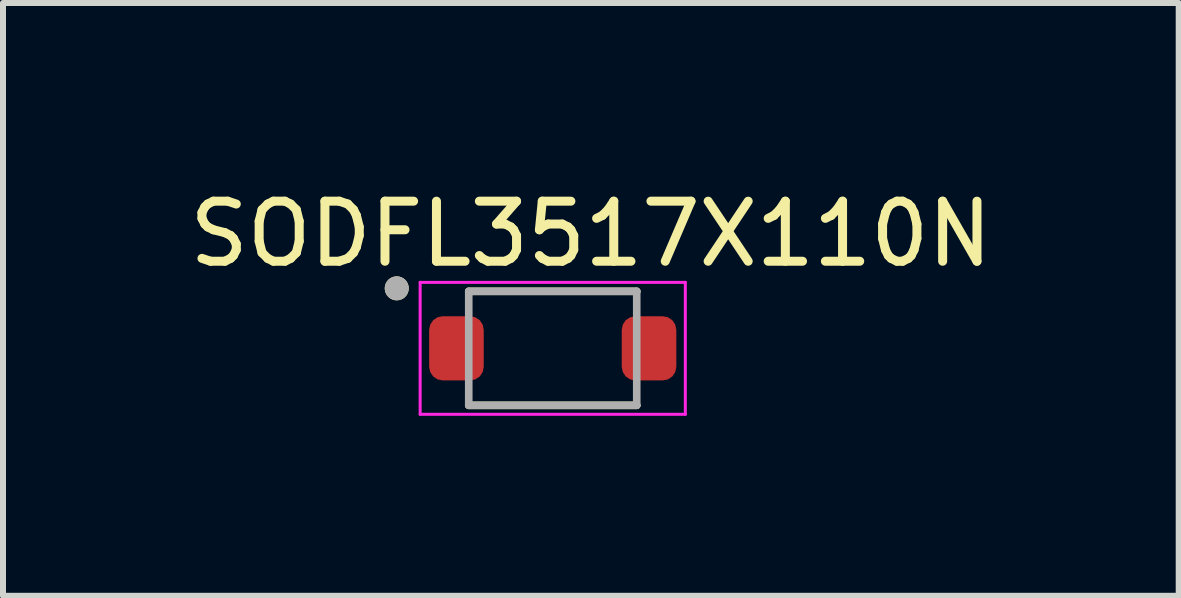
<source format=kicad_pcb>
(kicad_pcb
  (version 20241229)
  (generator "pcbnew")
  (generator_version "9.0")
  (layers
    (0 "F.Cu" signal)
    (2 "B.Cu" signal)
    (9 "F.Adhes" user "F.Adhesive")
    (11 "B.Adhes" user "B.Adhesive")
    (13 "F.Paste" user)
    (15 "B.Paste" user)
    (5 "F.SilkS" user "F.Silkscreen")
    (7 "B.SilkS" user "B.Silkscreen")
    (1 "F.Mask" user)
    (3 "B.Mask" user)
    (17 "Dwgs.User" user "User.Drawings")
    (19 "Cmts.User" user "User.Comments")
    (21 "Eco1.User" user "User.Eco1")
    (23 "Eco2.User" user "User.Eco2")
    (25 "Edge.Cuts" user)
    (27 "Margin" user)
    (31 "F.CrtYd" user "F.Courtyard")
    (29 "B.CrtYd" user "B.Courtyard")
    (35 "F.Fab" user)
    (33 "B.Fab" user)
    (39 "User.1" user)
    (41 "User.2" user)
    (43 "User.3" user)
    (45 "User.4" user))
  (footprint "SODFL3517X110N"
    (layer "F.Cu")
    (at 6.163 2.756)
    (property "Reference" "SODFL3517X110N" (at 0.636 -1.907 0) (layer "F.SilkS") (effects (font (size 1.001 1.001) (thickness 0.15))))
    (attr smd)
    (fp_line (start -1.4 0.95) (end 1.4 0.95) (stroke (width 0.127) (type solid)) (layer "F.SilkS"))
    (fp_line (start 1.4 -0.95) (end -1.4 -0.95) (stroke (width 0.127) (type solid)) (layer "F.SilkS"))
    (fp_circle (center -2.6 -1) (end -2.5 -1) (stroke (width 0.2) (type solid)) (fill no) (layer "F.SilkS"))
    (fp_line (start -2.21 -1.1) (end 2.21 -1.1) (stroke (width 0.05) (type solid)) (layer "F.CrtYd"))
    (fp_line (start -2.21 1.1) (end -2.21 -1.1) (stroke (width 0.05) (type solid)) (layer "F.CrtYd"))
    (fp_line (start 2.21 -1.1) (end 2.21 1.1) (stroke (width 0.05) (type solid)) (layer "F.CrtYd"))
    (fp_line (start 2.21 1.1) (end -2.21 1.1) (stroke (width 0.05) (type solid)) (layer "F.CrtYd"))
    (fp_line (start -1.4 -0.95) (end -1.4 0.95) (stroke (width 0.127) (type solid)) (layer "F.Fab"))
    (fp_line (start -1.4 0.95) (end 1.4 0.95) (stroke (width 0.127) (type solid)) (layer "F.Fab"))
    (fp_line (start 1.4 -0.95) (end -1.4 -0.95) (stroke (width 0.127) (type solid)) (layer "F.Fab"))
    (fp_line (start 1.4 0.95) (end 1.4 -0.95) (stroke (width 0.127) (type solid)) (layer "F.Fab"))
    (fp_circle (center -2.6 -1) (end -2.5 -1) (stroke (width 0.2) (type solid)) (fill no) (layer "F.Fab"))
    (pad "A" smd roundrect (at 1.605 0) (size 0.91 1.07) (layers "F.Cu" "F.Mask" "F.Paste") (roundrect_rratio 0.25))
    (pad "C" smd roundrect (at -1.605 0) (size 0.91 1.07) (layers "F.Cu" "F.Mask" "F.Paste") (roundrect_rratio 0.25)))
  (gr_rect
    (start -3 -3)
    (end 16.597 6.881)
    (stroke (width 0.1) (type default))
    (fill no)
    (layer "Edge.Cuts")))
</source>
